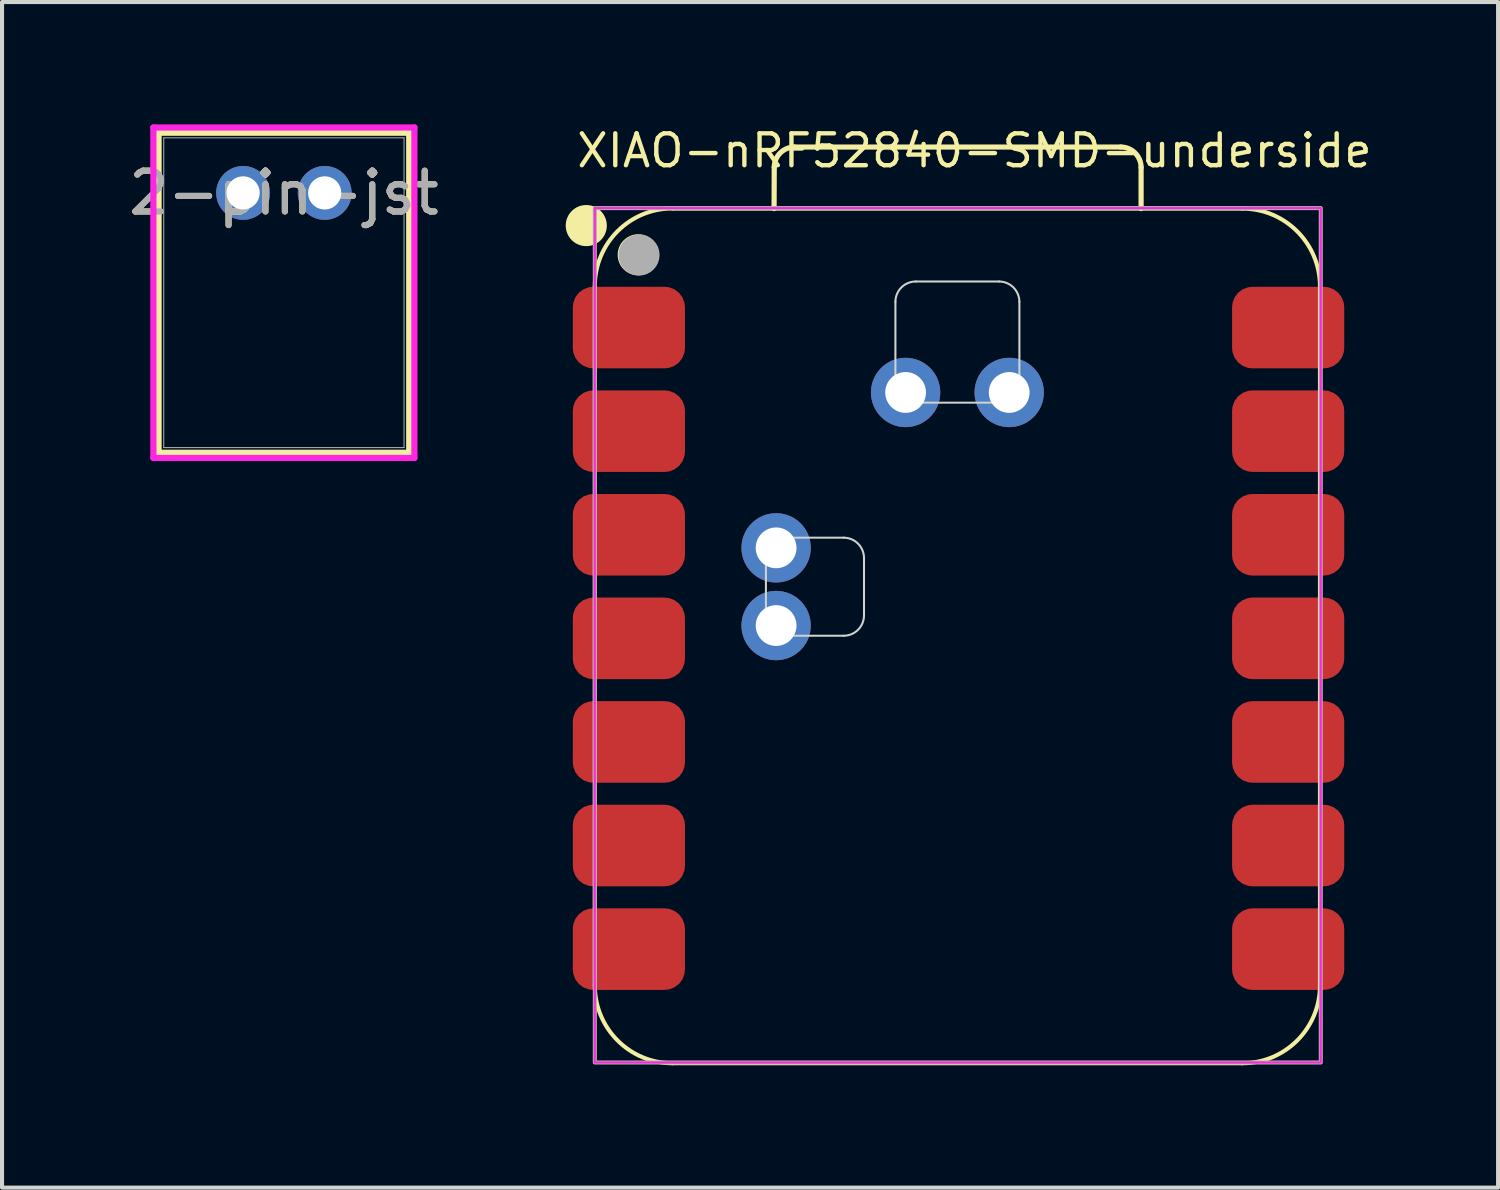
<source format=kicad_pcb>
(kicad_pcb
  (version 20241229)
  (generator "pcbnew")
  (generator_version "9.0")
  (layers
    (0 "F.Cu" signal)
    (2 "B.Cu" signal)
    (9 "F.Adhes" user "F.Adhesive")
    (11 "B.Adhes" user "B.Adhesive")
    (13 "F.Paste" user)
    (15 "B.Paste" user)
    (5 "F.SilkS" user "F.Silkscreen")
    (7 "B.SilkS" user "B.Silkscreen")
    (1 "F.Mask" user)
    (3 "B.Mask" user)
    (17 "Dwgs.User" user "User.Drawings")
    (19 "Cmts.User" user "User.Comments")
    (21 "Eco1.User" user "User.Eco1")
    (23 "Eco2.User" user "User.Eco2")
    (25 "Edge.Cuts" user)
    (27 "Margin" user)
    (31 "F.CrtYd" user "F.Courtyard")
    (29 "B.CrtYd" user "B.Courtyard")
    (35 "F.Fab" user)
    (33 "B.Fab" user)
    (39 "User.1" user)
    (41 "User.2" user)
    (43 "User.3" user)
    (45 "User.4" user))
  (footprint "2-pin-jst"
    (layer "F.Cu")
    (at 2.911 1.68)
    (property "Reference" "2-pin-jst" (at 1 0 0) (unlocked yes) (layer "F.SilkS") (effects (font (size 1 1) (thickness 0.15))))
    (attr through_hole)
    (fp_line (start -2.073 -1.477) (end -2.073 6.372) (stroke (width 0.152) (type solid)) (layer "F.SilkS"))
    (fp_line (start -2.073 6.372) (end 4.073 6.372) (stroke (width 0.152) (type solid)) (layer "F.SilkS"))
    (fp_line (start 4.073 -1.477) (end -2.073 -1.477) (stroke (width 0.152) (type solid)) (layer "F.SilkS"))
    (fp_line (start 4.073 6.372) (end 4.073 -1.477) (stroke (width 0.152) (type solid)) (layer "F.SilkS"))
    (fp_line (start -2.2 -1.604) (end -2.2 6.499) (stroke (width 0.152) (type solid)) (layer "F.CrtYd"))
    (fp_line (start -2.2 6.499) (end 4.2 6.499) (stroke (width 0.152) (type solid)) (layer "F.CrtYd"))
    (fp_line (start 4.2 -1.604) (end -2.2 -1.604) (stroke (width 0.152) (type solid)) (layer "F.CrtYd"))
    (fp_line (start 4.2 6.499) (end 4.2 -1.604) (stroke (width 0.152) (type solid)) (layer "F.CrtYd"))
    (fp_line (start -1.946 -1.35) (end -1.946 6.245) (stroke (width 0.025) (type solid)) (layer "F.Fab"))
    (fp_line (start -1.946 6.245) (end 3.946 6.245) (stroke (width 0.025) (type solid)) (layer "F.Fab"))
    (fp_line (start 3.946 -1.35) (end -1.946 -1.35) (stroke (width 0.025) (type solid)) (layer "F.Fab"))
    (fp_line (start 3.946 6.245) (end 3.946 -1.35) (stroke (width 0.025) (type solid)) (layer "F.Fab"))
    (fp_text user "${REFERENCE}" (at 1 0 0) (unlocked yes) (layer "F.Fab") (effects (font (size 1 1) (thickness 0.15))))
    (pad "1" thru_hole circle (at 0 0) (size 1.321 1.321) (drill 0.813) (layers "*.Cu" "*.Mask"))
    (pad "2" thru_hole circle (at 2 0) (size 1.321 1.321) (drill 0.813) (layers "*.Cu" "*.Mask")))
  (footprint "XIAO-nRF52840-SMD-underside"
    (layer "F.Cu")
    (at 20.48 12.602)
    (property "Reference" "XIAO-nRF52840-SMD-underside" (at -9.445 -11.5 0) (layer "F.SilkS") (effects (font (size 0.782 0.782) (thickness 0.107)) (justify left bottom)))
    (fp_line (start -8.945 8.513) (end -8.945 -8.632) (stroke (width 0.1) (type solid)) (layer "F.SilkS"))
    (fp_line (start -7.04 10.418) (end 6.93 10.418) (stroke (width 0.1) (type solid)) (layer "F.SilkS"))
    (fp_line (start -4.55 -10.537) (end -4.546 -11.547) (stroke (width 0.127) (type solid)) (layer "F.SilkS"))
    (fp_line (start -4.046 -12.047) (end 3.949 -12.047) (stroke (width 0.127) (type solid)) (layer "F.SilkS"))
    (fp_line (start 4.449 -11.547) (end 4.449 -10.537) (stroke (width 0.127) (type solid)) (layer "F.SilkS"))
    (fp_line (start 6.93 -10.537) (end -7.04 -10.537) (stroke (width 0.1) (type solid)) (layer "F.SilkS"))
    (fp_line (start 8.835 8.513) (end 8.835 -8.632) (stroke (width 0.1) (type solid)) (layer "F.SilkS"))
    (fp_arc (start -8.945 -8.636) (mid -8.387038 -9.983038) (end -7.04 -10.541) (stroke (width 0.1) (type solid)) (layer "F.SilkS"))
    (fp_arc (start -7.04 10.418) (mid -8.387038 9.860038) (end -8.945 8.513) (stroke (width 0.1) (type solid)) (layer "F.SilkS"))
    (fp_arc (start -4.546272 -11.547272) (mid -4.399724 -11.900644) (end -4.046272 -12.047) (stroke (width 0.127) (type default)) (layer "F.SilkS"))
    (fp_arc (start 3.949 -12.047) (mid 4.302524 -11.900524) (end 4.449 -11.547) (stroke (width 0.127) (type default)) (layer "F.SilkS"))
    (fp_arc (start 6.93 -10.537) (mid 8.277024 -9.979024) (end 8.835 -8.632) (stroke (width 0.1) (type solid)) (layer "F.SilkS"))
    (fp_arc (start 8.835 8.513) (mid 8.277038 9.860038) (end 6.93 10.418) (stroke (width 0.1) (type solid)) (layer "F.SilkS"))
    (fp_circle (center -9.155 -10.121) (end -9.155 -10.375) (stroke (width 0.5) (type solid)) (fill yes) (layer "F.SilkS"))
    (fp_circle (center -7.881 -9.404) (end -7.881 -9.658) (stroke (width 0.5) (type solid)) (fill yes) (layer "F.SilkS"))
    (fp_line (start -4.75 -0.564) (end -4.75 -1.968) (stroke (width 0.05) (type default)) (layer "Edge.Cuts"))
    (fp_line (start -4.25 -2.469) (end -2.845 -2.469) (stroke (width 0.05) (type default)) (layer "Edge.Cuts"))
    (fp_line (start -2.845 -0.064) (end -4.25 -0.064) (stroke (width 0.05) (type default)) (layer "Edge.Cuts"))
    (fp_line (start -2.345 -1.968) (end -2.345 -0.564) (stroke (width 0.05) (type default)) (layer "Edge.Cuts"))
    (fp_line (start -1.575 -6.279) (end -1.575 -8.25) (stroke (width 0.05) (type default)) (layer "Edge.Cuts"))
    (fp_line (start -1.075 -8.75) (end 0.965 -8.75) (stroke (width 0.05) (type default)) (layer "Edge.Cuts"))
    (fp_line (start 0.965 -5.779) (end -1.075 -5.779) (stroke (width 0.05) (type default)) (layer "Edge.Cuts"))
    (fp_line (start 1.465 -8.25) (end 1.465 -6.279) (stroke (width 0.05) (type default)) (layer "Edge.Cuts"))
    (fp_arc (start -4.75 -1.9685) (mid -4.603553 -2.322053) (end -4.25 -2.4685) (stroke (width 0.05) (type default)) (layer "Edge.Cuts"))
    (fp_arc (start -4.25 -0.0635) (mid -4.603553 -0.209947) (end -4.75 -0.5635) (stroke (width 0.05) (type default)) (layer "Edge.Cuts"))
    (fp_arc (start -2.845 -2.4685) (mid -2.491447 -2.322053) (end -2.345 -1.9685) (stroke (width 0.05) (type default)) (layer "Edge.Cuts"))
    (fp_arc (start -2.345 -0.5635) (mid -2.491447 -0.209947) (end -2.845 -0.0635) (stroke (width 0.05) (type default)) (layer "Edge.Cuts"))
    (fp_arc (start -1.575 -8.25) (mid -1.428553 -8.603553) (end -1.075 -8.75) (stroke (width 0.05) (type default)) (layer "Edge.Cuts"))
    (fp_arc (start -1.075 -5.7785) (mid -1.428553 -5.924947) (end -1.575 -6.2785) (stroke (width 0.05) (type default)) (layer "Edge.Cuts"))
    (fp_arc (start 0.965 -8.75) (mid 1.318553 -8.603553) (end 1.465 -8.25) (stroke (width 0.05) (type default)) (layer "Edge.Cuts"))
    (fp_arc (start 1.465 -6.2785) (mid 1.318553 -5.924947) (end 0.965 -5.7785) (stroke (width 0.05) (type default)) (layer "Edge.Cuts"))
    (fp_rect (start -8.945 -10.55) (end 8.855 10.4) (stroke (width 0.05) (type default)) (fill no) (layer "F.CrtYd"))
    (fp_rect (start -8.945 -10.55) (end 8.855 10.4) (stroke (width 0.1) (type default)) (fill no) (layer "F.Fab"))
    (fp_circle (center -7.861 -9.4) (end -7.861 -9.654) (stroke (width 0.5) (type solid)) (fill no) (layer "F.Fab"))
    (pad "1" smd roundrect (at -8.11 -7.62) (size 2.75 2) (layers "F.Cu" "F.Mask" "F.Paste") (roundrect_rratio 0.25))
    (pad "2" smd roundrect (at -8.11 -5.08) (size 2.75 2) (layers "F.Cu" "F.Mask" "F.Paste") (roundrect_rratio 0.25))
    (pad "3" smd roundrect (at -8.11 -2.54) (size 2.75 2) (layers "F.Cu" "F.Mask" "F.Paste") (roundrect_rratio 0.25))
    (pad "4" smd roundrect (at -8.11 0) (size 2.75 2) (layers "F.Cu" "F.Mask" "F.Paste") (roundrect_rratio 0.25))
    (pad "5" smd roundrect (at -8.11 2.54) (size 2.75 2) (layers "F.Cu" "F.Mask" "F.Paste") (roundrect_rratio 0.25))
    (pad "6" smd roundrect (at -8.11 5.08) (size 2.75 2) (layers "F.Cu" "F.Mask" "F.Paste") (roundrect_rratio 0.25))
    (pad "7" smd roundrect (at -8.11 7.62) (size 2.75 2) (layers "F.Cu" "F.Mask" "F.Paste") (roundrect_rratio 0.25))
    (pad "8" smd roundrect (at 8.055 7.62) (size 2.75 2) (layers "F.Cu" "F.Mask" "F.Paste") (roundrect_rratio 0.25))
    (pad "9" smd roundrect (at 8.055 5.08) (size 2.75 2) (layers "F.Cu" "F.Mask" "F.Paste") (roundrect_rratio 0.25))
    (pad "10" smd roundrect (at 8.055 2.54) (size 2.75 2) (layers "F.Cu" "F.Mask" "F.Paste") (roundrect_rratio 0.25))
    (pad "11" smd roundrect (at 8.055 0) (size 2.75 2) (layers "F.Cu" "F.Mask" "F.Paste") (roundrect_rratio 0.25))
    (pad "12" smd roundrect (at 8.055 -2.54) (size 2.75 2) (layers "F.Cu" "F.Mask" "F.Paste") (roundrect_rratio 0.25))
    (pad "13" smd roundrect (at 8.055 -5.08) (size 2.75 2) (layers "F.Cu" "F.Mask" "F.Paste") (roundrect_rratio 0.25))
    (pad "14" smd roundrect (at 8.055 -7.62) (size 2.75 2) (layers "F.Cu" "F.Mask" "F.Paste") (roundrect_rratio 0.25))
    (pad "15" thru_hole circle (at -4.5 -0.314 180) (size 1.7 1.7) (drill 1) (layers "*.Cu" "*.Mask"))
    (pad "16" thru_hole circle (at -4.5 -2.219 180) (size 1.7 1.7) (drill 1) (layers "*.Cu" "*.Mask"))
    (pad "21" thru_hole circle (at -1.325 -6.029) (size 1.7 1.7) (drill 1) (layers "*.Cu" "*.Mask"))
    (pad "22" thru_hole circle (at 1.215 -6.029) (size 1.7 1.7) (drill 1) (layers "*.Cu" "*.Mask")))
  (gr_rect
    (start -3 -3)
    (end 33.682 26.07)
    (stroke (width 0.1) (type default))
    (fill no)
    (layer "Edge.Cuts")))
</source>
